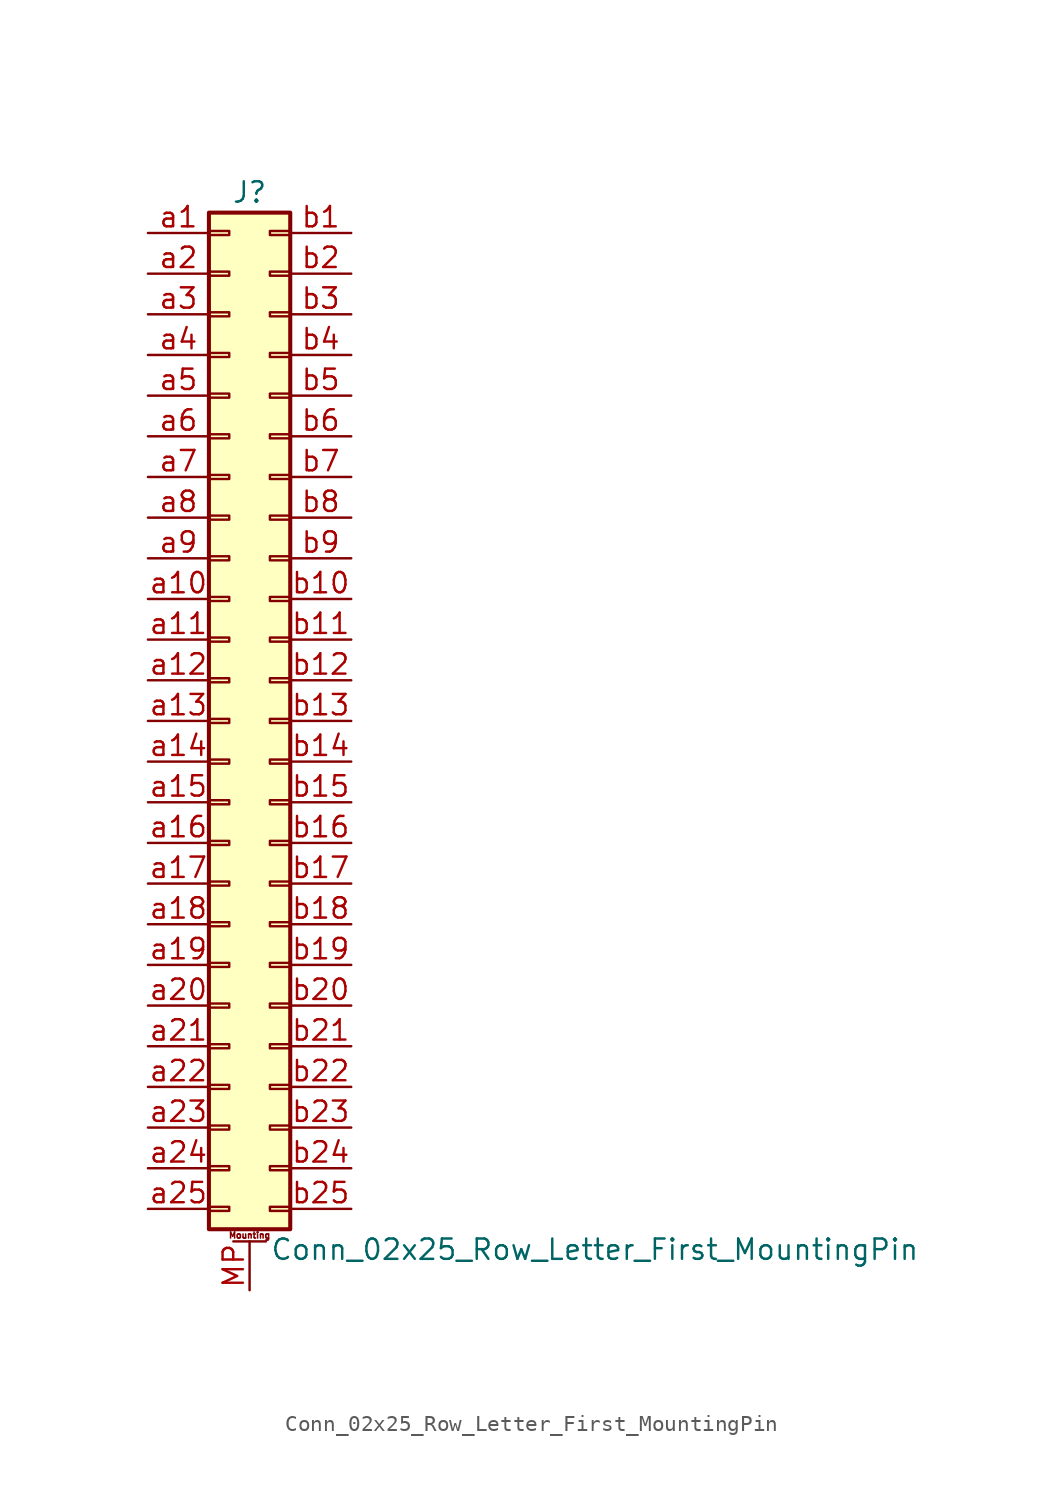
<source format=kicad_sym>
(kicad_symbol_lib
  (version 20201005)
  (generator kicad_symbol_editor)
  (symbol "Connector_Generic_MountingPin:Conn_02x25_Row_Letter_First_MountingPin"
    (pin_names
      (offset 1.016) hide)
    (property "Reference" "J"
      (at 1.27 33.02 0)
      (effects (font (size 1.27 1.27))))
    (property "Value" "Conn_02x25_Row_Letter_First_MountingPin"
      (at 2.54 -33.02 0)
      (effects (font (size 1.27 1.27)) (justify left)))
    (symbol "Conn_02x25_Row_Letter_First_MountingPin_1_1"
      (text "Mounting" (at 1.27 -32.131 0) (effects (font (size 0.381 0.381))))
      (rectangle (start -1.27 -27.813) (end 0 -28.067) (stroke (width 0.152)) (fill (type none)))
      (rectangle (start -1.27 -30.353) (end 0 -30.607) (stroke (width 0.152)) (fill (type none)))
      (rectangle (start -1.27 -4.953) (end 0 -5.207) (stroke (width 0.152)) (fill (type none)))
      (rectangle (start -1.27 -7.493) (end 0 -7.747) (stroke (width 0.152)) (fill (type none)))
      (rectangle (start -1.27 -10.033) (end 0 -10.287) (stroke (width 0.152)) (fill (type none)))
      (rectangle (start -1.27 -12.573) (end 0 -12.827) (stroke (width 0.152)) (fill (type none)))
      (rectangle (start -1.27 -15.113) (end 0 -15.367) (stroke (width 0.152)) (fill (type none)))
      (rectangle (start -1.27 -17.653) (end 0 -17.907) (stroke (width 0.152)) (fill (type none)))
      (rectangle (start -1.27 -20.193) (end 0 -20.447) (stroke (width 0.152)) (fill (type none)))
      (rectangle (start -1.27 -22.733) (end 0 -22.987) (stroke (width 0.152)) (fill (type none)))
      (rectangle (start -1.27 -2.413) (end 0 -2.667) (stroke (width 0.152)) (fill (type none)))
      (rectangle (start -1.27 -25.273) (end 0 -25.527) (stroke (width 0.152)) (fill (type none)))
      (rectangle (start -1.27 25.527) (end 0 25.273) (stroke (width 0.152)) (fill (type none)))
      (rectangle (start -1.27 2.667) (end 0 2.413) (stroke (width 0.152)) (fill (type none)))
      (rectangle (start -1.27 28.067) (end 0 27.813) (stroke (width 0.152)) (fill (type none)))
      (rectangle (start -1.27 30.607) (end 0 30.353) (stroke (width 0.152)) (fill (type none)))
      (rectangle (start -1.27 31.75) (end 3.81 -31.75) (stroke (width 0.254)) (fill (type background)))
      (rectangle (start -1.27 5.207) (end 0 4.953) (stroke (width 0.152)) (fill (type none)))
      (rectangle (start -1.27 7.747) (end 0 7.493) (stroke (width 0.152)) (fill (type none)))
      (rectangle (start -1.27 10.287) (end 0 10.033) (stroke (width 0.152)) (fill (type none)))
      (rectangle (start -1.27 0.127) (end 0 -0.127) (stroke (width 0.152)) (fill (type none)))
      (rectangle (start -1.27 12.827) (end 0 12.573) (stroke (width 0.152)) (fill (type none)))
      (rectangle (start -1.27 15.367) (end 0 15.113) (stroke (width 0.152)) (fill (type none)))
      (rectangle (start -1.27 17.907) (end 0 17.653) (stroke (width 0.152)) (fill (type none)))
      (rectangle (start -1.27 20.447) (end 0 20.193) (stroke (width 0.152)) (fill (type none)))
      (rectangle (start -1.27 22.987) (end 0 22.733) (stroke (width 0.152)) (fill (type none)))
      (rectangle (start 3.81 -27.813) (end 2.54 -28.067) (stroke (width 0.152)) (fill (type none)))
      (rectangle (start 3.81 -30.353) (end 2.54 -30.607) (stroke (width 0.152)) (fill (type none)))
      (rectangle (start 3.81 -4.953) (end 2.54 -5.207) (stroke (width 0.152)) (fill (type none)))
      (rectangle (start 3.81 -7.493) (end 2.54 -7.747) (stroke (width 0.152)) (fill (type none)))
      (rectangle (start 3.81 -10.033) (end 2.54 -10.287) (stroke (width 0.152)) (fill (type none)))
      (rectangle (start 3.81 -12.573) (end 2.54 -12.827) (stroke (width 0.152)) (fill (type none)))
      (rectangle (start 3.81 -15.113) (end 2.54 -15.367) (stroke (width 0.152)) (fill (type none)))
      (rectangle (start 3.81 -17.653) (end 2.54 -17.907) (stroke (width 0.152)) (fill (type none)))
      (rectangle (start 3.81 -20.193) (end 2.54 -20.447) (stroke (width 0.152)) (fill (type none)))
      (rectangle (start 3.81 -22.733) (end 2.54 -22.987) (stroke (width 0.152)) (fill (type none)))
      (rectangle (start 3.81 -2.413) (end 2.54 -2.667) (stroke (width 0.152)) (fill (type none)))
      (rectangle (start 3.81 -25.273) (end 2.54 -25.527) (stroke (width 0.152)) (fill (type none)))
      (rectangle (start 3.81 25.527) (end 2.54 25.273) (stroke (width 0.152)) (fill (type none)))
      (rectangle (start 3.81 2.667) (end 2.54 2.413) (stroke (width 0.152)) (fill (type none)))
      (rectangle (start 3.81 28.067) (end 2.54 27.813) (stroke (width 0.152)) (fill (type none)))
      (rectangle (start 3.81 30.607) (end 2.54 30.353) (stroke (width 0.152)) (fill (type none)))
      (rectangle (start 3.81 5.207) (end 2.54 4.953) (stroke (width 0.152)) (fill (type none)))
      (rectangle (start 3.81 7.747) (end 2.54 7.493) (stroke (width 0.152)) (fill (type none)))
      (rectangle (start 3.81 10.287) (end 2.54 10.033) (stroke (width 0.152)) (fill (type none)))
      (rectangle (start 3.81 0.127) (end 2.54 -0.127) (stroke (width 0.152)) (fill (type none)))
      (rectangle (start 3.81 12.827) (end 2.54 12.573) (stroke (width 0.152)) (fill (type none)))
      (rectangle (start 3.81 15.367) (end 2.54 15.113) (stroke (width 0.152)) (fill (type none)))
      (rectangle (start 3.81 17.907) (end 2.54 17.653) (stroke (width 0.152)) (fill (type none)))
      (rectangle (start 3.81 20.447) (end 2.54 20.193) (stroke (width 0.152)) (fill (type none)))
      (rectangle (start 3.81 22.987) (end 2.54 22.733) (stroke (width 0.152)) (fill (type none)))
      (polyline (pts (xy 0.254 -32.512) (xy 2.286 -32.512)) (stroke (width 0.152)) (fill (type none)))
      (pin passive line (at 1.27 -35.56 90) (length 3.048) (name "MountPin" (effects (font (size 1.27 1.27)))) (number "MP" (effects (font (size 1.27 1.27)))))
      (pin passive line (at -5.08 30.48 0) (length 3.81) (name "Pin_a1" (effects (font (size 1.27 1.27)))) (number "a1" (effects (font (size 1.27 1.27)))))
      (pin passive line (at -5.08 7.62 0) (length 3.81) (name "Pin_a10" (effects (font (size 1.27 1.27)))) (number "a10" (effects (font (size 1.27 1.27)))))
      (pin passive line (at -5.08 5.08 0) (length 3.81) (name "Pin_a11" (effects (font (size 1.27 1.27)))) (number "a11" (effects (font (size 1.27 1.27)))))
      (pin passive line (at -5.08 2.54 0) (length 3.81) (name "Pin_a12" (effects (font (size 1.27 1.27)))) (number "a12" (effects (font (size 1.27 1.27)))))
      (pin passive line (at -5.08 0 0) (length 3.81) (name "Pin_a13" (effects (font (size 1.27 1.27)))) (number "a13" (effects (font (size 1.27 1.27)))))
      (pin passive line (at -5.08 -2.54 0) (length 3.81) (name "Pin_a14" (effects (font (size 1.27 1.27)))) (number "a14" (effects (font (size 1.27 1.27)))))
      (pin passive line (at -5.08 -5.08 0) (length 3.81) (name "Pin_a15" (effects (font (size 1.27 1.27)))) (number "a15" (effects (font (size 1.27 1.27)))))
      (pin passive line (at -5.08 -7.62 0) (length 3.81) (name "Pin_a16" (effects (font (size 1.27 1.27)))) (number "a16" (effects (font (size 1.27 1.27)))))
      (pin passive line (at -5.08 -10.16 0) (length 3.81) (name "Pin_a17" (effects (font (size 1.27 1.27)))) (number "a17" (effects (font (size 1.27 1.27)))))
      (pin passive line (at -5.08 -12.7 0) (length 3.81) (name "Pin_a18" (effects (font (size 1.27 1.27)))) (number "a18" (effects (font (size 1.27 1.27)))))
      (pin passive line (at -5.08 -15.24 0) (length 3.81) (name "Pin_a19" (effects (font (size 1.27 1.27)))) (number "a19" (effects (font (size 1.27 1.27)))))
      (pin passive line (at -5.08 27.94 0) (length 3.81) (name "Pin_a2" (effects (font (size 1.27 1.27)))) (number "a2" (effects (font (size 1.27 1.27)))))
      (pin passive line (at -5.08 -17.78 0) (length 3.81) (name "Pin_a20" (effects (font (size 1.27 1.27)))) (number "a20" (effects (font (size 1.27 1.27)))))
      (pin passive line (at -5.08 -20.32 0) (length 3.81) (name "Pin_a21" (effects (font (size 1.27 1.27)))) (number "a21" (effects (font (size 1.27 1.27)))))
      (pin passive line (at -5.08 -22.86 0) (length 3.81) (name "Pin_a22" (effects (font (size 1.27 1.27)))) (number "a22" (effects (font (size 1.27 1.27)))))
      (pin passive line (at -5.08 -25.4 0) (length 3.81) (name "Pin_a23" (effects (font (size 1.27 1.27)))) (number "a23" (effects (font (size 1.27 1.27)))))
      (pin passive line (at -5.08 -27.94 0) (length 3.81) (name "Pin_a24" (effects (font (size 1.27 1.27)))) (number "a24" (effects (font (size 1.27 1.27)))))
      (pin passive line (at -5.08 -30.48 0) (length 3.81) (name "Pin_a25" (effects (font (size 1.27 1.27)))) (number "a25" (effects (font (size 1.27 1.27)))))
      (pin passive line (at -5.08 25.4 0) (length 3.81) (name "Pin_a3" (effects (font (size 1.27 1.27)))) (number "a3" (effects (font (size 1.27 1.27)))))
      (pin passive line (at -5.08 22.86 0) (length 3.81) (name "Pin_a4" (effects (font (size 1.27 1.27)))) (number "a4" (effects (font (size 1.27 1.27)))))
      (pin passive line (at -5.08 20.32 0) (length 3.81) (name "Pin_a5" (effects (font (size 1.27 1.27)))) (number "a5" (effects (font (size 1.27 1.27)))))
      (pin passive line (at -5.08 17.78 0) (length 3.81) (name "Pin_a6" (effects (font (size 1.27 1.27)))) (number "a6" (effects (font (size 1.27 1.27)))))
      (pin passive line (at -5.08 15.24 0) (length 3.81) (name "Pin_a7" (effects (font (size 1.27 1.27)))) (number "a7" (effects (font (size 1.27 1.27)))))
      (pin passive line (at -5.08 12.7 0) (length 3.81) (name "Pin_a8" (effects (font (size 1.27 1.27)))) (number "a8" (effects (font (size 1.27 1.27)))))
      (pin passive line (at -5.08 10.16 0) (length 3.81) (name "Pin_a9" (effects (font (size 1.27 1.27)))) (number "a9" (effects (font (size 1.27 1.27)))))
      (pin passive line (at 7.62 30.48 180) (length 3.81) (name "Pin_b1" (effects (font (size 1.27 1.27)))) (number "b1" (effects (font (size 1.27 1.27)))))
      (pin passive line (at 7.62 7.62 180) (length 3.81) (name "Pin_b10" (effects (font (size 1.27 1.27)))) (number "b10" (effects (font (size 1.27 1.27)))))
      (pin passive line (at 7.62 5.08 180) (length 3.81) (name "Pin_b11" (effects (font (size 1.27 1.27)))) (number "b11" (effects (font (size 1.27 1.27)))))
      (pin passive line (at 7.62 2.54 180) (length 3.81) (name "Pin_b12" (effects (font (size 1.27 1.27)))) (number "b12" (effects (font (size 1.27 1.27)))))
      (pin passive line (at 7.62 0 180) (length 3.81) (name "Pin_b13" (effects (font (size 1.27 1.27)))) (number "b13" (effects (font (size 1.27 1.27)))))
      (pin passive line (at 7.62 -2.54 180) (length 3.81) (name "Pin_b14" (effects (font (size 1.27 1.27)))) (number "b14" (effects (font (size 1.27 1.27)))))
      (pin passive line (at 7.62 -5.08 180) (length 3.81) (name "Pin_b15" (effects (font (size 1.27 1.27)))) (number "b15" (effects (font (size 1.27 1.27)))))
      (pin passive line (at 7.62 -7.62 180) (length 3.81) (name "Pin_b16" (effects (font (size 1.27 1.27)))) (number "b16" (effects (font (size 1.27 1.27)))))
      (pin passive line (at 7.62 -10.16 180) (length 3.81) (name "Pin_b17" (effects (font (size 1.27 1.27)))) (number "b17" (effects (font (size 1.27 1.27)))))
      (pin passive line (at 7.62 -12.7 180) (length 3.81) (name "Pin_b18" (effects (font (size 1.27 1.27)))) (number "b18" (effects (font (size 1.27 1.27)))))
      (pin passive line (at 7.62 -15.24 180) (length 3.81) (name "Pin_b19" (effects (font (size 1.27 1.27)))) (number "b19" (effects (font (size 1.27 1.27)))))
      (pin passive line (at 7.62 27.94 180) (length 3.81) (name "Pin_b2" (effects (font (size 1.27 1.27)))) (number "b2" (effects (font (size 1.27 1.27)))))
      (pin passive line (at 7.62 -17.78 180) (length 3.81) (name "Pin_b20" (effects (font (size 1.27 1.27)))) (number "b20" (effects (font (size 1.27 1.27)))))
      (pin passive line (at 7.62 -20.32 180) (length 3.81) (name "Pin_b21" (effects (font (size 1.27 1.27)))) (number "b21" (effects (font (size 1.27 1.27)))))
      (pin passive line (at 7.62 -22.86 180) (length 3.81) (name "Pin_b22" (effects (font (size 1.27 1.27)))) (number "b22" (effects (font (size 1.27 1.27)))))
      (pin passive line (at 7.62 -25.4 180) (length 3.81) (name "Pin_b23" (effects (font (size 1.27 1.27)))) (number "b23" (effects (font (size 1.27 1.27)))))
      (pin passive line (at 7.62 -27.94 180) (length 3.81) (name "Pin_b24" (effects (font (size 1.27 1.27)))) (number "b24" (effects (font (size 1.27 1.27)))))
      (pin passive line (at 7.62 -30.48 180) (length 3.81) (name "Pin_b25" (effects (font (size 1.27 1.27)))) (number "b25" (effects (font (size 1.27 1.27)))))
      (pin passive line (at 7.62 25.4 180) (length 3.81) (name "Pin_b3" (effects (font (size 1.27 1.27)))) (number "b3" (effects (font (size 1.27 1.27)))))
      (pin passive line (at 7.62 22.86 180) (length 3.81) (name "Pin_b4" (effects (font (size 1.27 1.27)))) (number "b4" (effects (font (size 1.27 1.27)))))
      (pin passive line (at 7.62 20.32 180) (length 3.81) (name "Pin_b5" (effects (font (size 1.27 1.27)))) (number "b5" (effects (font (size 1.27 1.27)))))
      (pin passive line (at 7.62 17.78 180) (length 3.81) (name "Pin_b6" (effects (font (size 1.27 1.27)))) (number "b6" (effects (font (size 1.27 1.27)))))
      (pin passive line (at 7.62 15.24 180) (length 3.81) (name "Pin_b7" (effects (font (size 1.27 1.27)))) (number "b7" (effects (font (size 1.27 1.27)))))
      (pin passive line (at 7.62 12.7 180) (length 3.81) (name "Pin_b8" (effects (font (size 1.27 1.27)))) (number "b8" (effects (font (size 1.27 1.27)))))
      (pin passive line (at 7.62 10.16 180) (length 3.81) (name "Pin_b9" (effects (font (size 1.27 1.27)))) (number "b9" (effects (font (size 1.27 1.27))))))))
</source>
